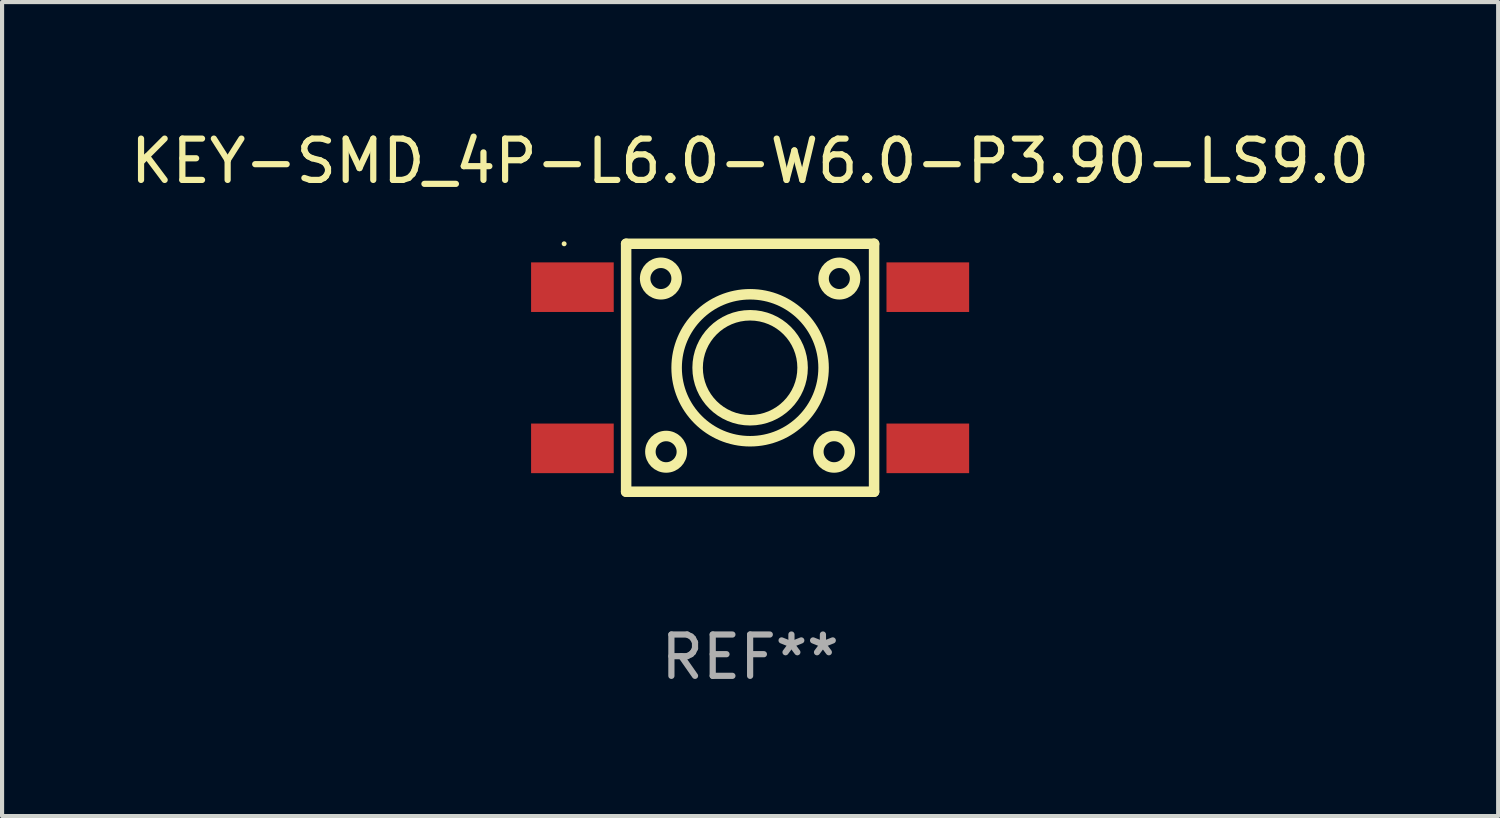
<source format=kicad_pcb>
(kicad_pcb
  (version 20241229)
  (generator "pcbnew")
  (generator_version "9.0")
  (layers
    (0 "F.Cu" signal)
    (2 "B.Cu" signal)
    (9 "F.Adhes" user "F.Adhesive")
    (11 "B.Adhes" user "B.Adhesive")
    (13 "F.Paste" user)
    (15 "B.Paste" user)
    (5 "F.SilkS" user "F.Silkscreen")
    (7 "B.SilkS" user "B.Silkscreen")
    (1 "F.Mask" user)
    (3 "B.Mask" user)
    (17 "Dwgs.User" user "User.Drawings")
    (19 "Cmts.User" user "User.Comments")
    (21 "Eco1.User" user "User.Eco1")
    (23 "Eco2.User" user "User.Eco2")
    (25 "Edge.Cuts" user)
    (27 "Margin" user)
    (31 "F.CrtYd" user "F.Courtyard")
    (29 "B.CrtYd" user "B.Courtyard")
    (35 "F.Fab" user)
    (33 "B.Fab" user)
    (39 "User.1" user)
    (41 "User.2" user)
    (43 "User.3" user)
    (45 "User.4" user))
  (footprint "KEY-SMD_4P-L6.0-W6.0-P3.90-LS9.0"
    (layer "F.Cu")
    (at 15.101 5.849)
    (property "Reference" "KEY-SMD_4P-L6.0-W6.0-P3.90-LS9.0" (at 0 -5 0) (layer "F.SilkS") (effects (font (size 1 1) (thickness 0.15))))
    (attr through_hole)
    (fp_line (start -3 -3) (end 3 -3) (stroke (width 0.254) (type solid)) (layer "F.SilkS"))
    (fp_line (start -3 3) (end -3 -3) (stroke (width 0.254) (type solid)) (layer "F.SilkS"))
    (fp_line (start 3 -3) (end 3 3) (stroke (width 0.254) (type solid)) (layer "F.SilkS"))
    (fp_line (start 3 3) (end -3 3) (stroke (width 0.254) (type solid)) (layer "F.SilkS"))
    (fp_circle (center -4.5 -3) (end -4.47 -3) (stroke (width 0.06) (type solid)) (fill no) (layer "F.SilkS"))
    (fp_circle (center -2.159 -2.159) (end -1.778 -2.159) (stroke (width 0.254) (type solid)) (fill no) (layer "F.SilkS"))
    (fp_circle (center -2.032 2.032) (end -1.651 2.032) (stroke (width 0.254) (type solid)) (fill no) (layer "F.SilkS"))
    (fp_circle (center -0.000127 -0.000127) (end 1.27 -0.000127) (stroke (width 0.254) (type solid)) (fill no) (layer "F.SilkS"))
    (fp_circle (center -0.000127 -0.000127) (end 1.778 -0.000127) (stroke (width 0.254) (type solid)) (fill no) (layer "F.SilkS"))
    (fp_circle (center 2.032 2.032) (end 2.413 2.032) (stroke (width 0.254) (type solid)) (fill no) (layer "F.SilkS"))
    (fp_circle (center 2.159 -2.159) (end 2.54 -2.159) (stroke (width 0.254) (type solid)) (fill no) (layer "F.SilkS"))
    (fp_text user "REF**" (at 0 7 0) (layer "F.Fab") (effects (font (size 1 1) (thickness 0.15))))
    (pad "1" smd rect (at -4.3 -1.95) (size 2 1.2) (layers "F.Cu" "F.Mask" "F.Paste"))
    (pad "2" smd rect (at 4.3 -1.95) (size 2 1.2) (layers "F.Cu" "F.Mask" "F.Paste"))
    (pad "3" smd rect (at -4.3 1.95) (size 2 1.2) (layers "F.Cu" "F.Mask" "F.Paste"))
    (pad "4" smd rect (at 4.3 1.95) (size 2 1.2) (layers "F.Cu" "F.Mask" "F.Paste")))
  (gr_rect
    (start -3 -3)
    (end 33.202 16.697)
    (stroke (width 0.1) (type default))
    (fill no)
    (layer "Edge.Cuts")))
</source>
